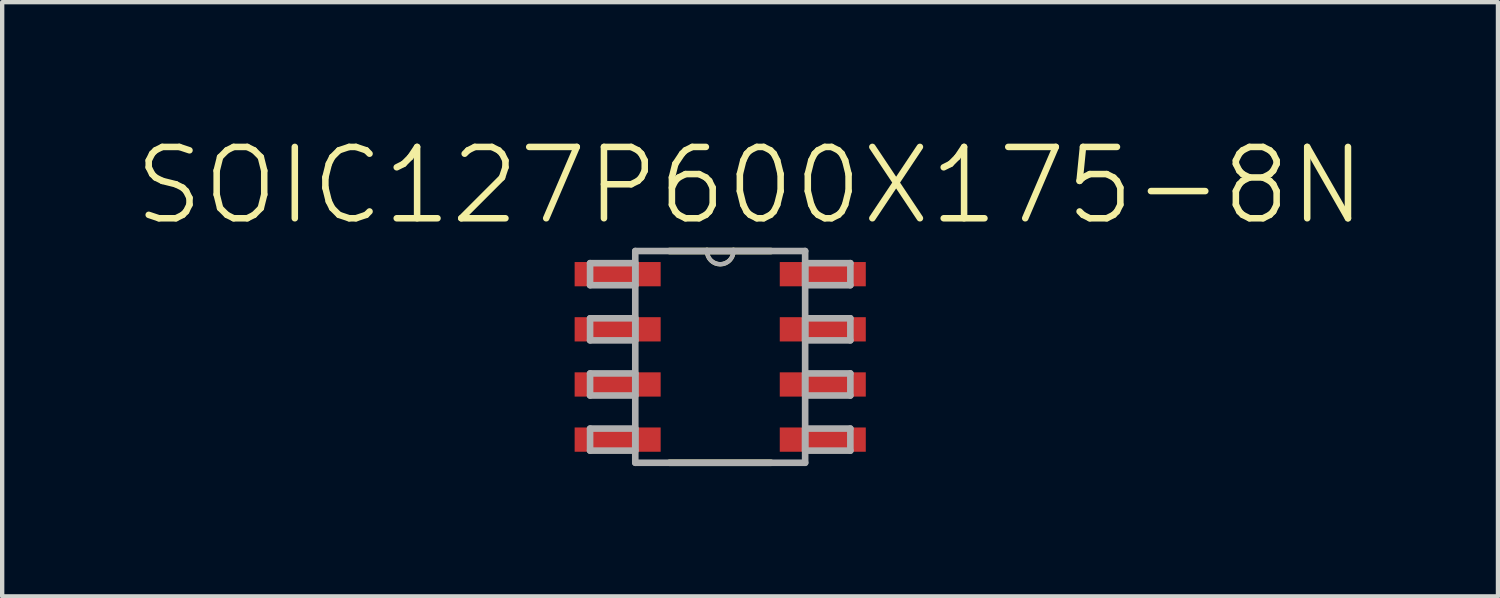
<source format=kicad_pcb>
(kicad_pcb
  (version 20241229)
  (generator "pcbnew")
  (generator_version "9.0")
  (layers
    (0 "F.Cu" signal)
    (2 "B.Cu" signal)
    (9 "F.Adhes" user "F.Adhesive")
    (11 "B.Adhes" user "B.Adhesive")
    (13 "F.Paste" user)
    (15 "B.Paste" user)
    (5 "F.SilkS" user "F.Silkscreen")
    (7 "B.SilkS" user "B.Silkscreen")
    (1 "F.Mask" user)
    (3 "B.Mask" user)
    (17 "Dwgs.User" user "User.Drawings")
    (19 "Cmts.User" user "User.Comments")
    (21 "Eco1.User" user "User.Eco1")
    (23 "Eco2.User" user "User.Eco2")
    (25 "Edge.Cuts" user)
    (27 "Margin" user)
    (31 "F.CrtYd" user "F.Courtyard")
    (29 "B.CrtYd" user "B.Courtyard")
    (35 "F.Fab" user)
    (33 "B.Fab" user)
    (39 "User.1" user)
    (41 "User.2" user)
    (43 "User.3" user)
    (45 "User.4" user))
  (footprint "SOIC127P600X175-8N"
    (layer "F.Cu")
    (at 13.536 5.169)
    (property "Reference" "SOIC127P600X175-8N" (at 0.687 -3.945 0) (layer "F.SilkS") (effects (font (size 1.643 1.643) (thickness 0.15))))
    (attr smd)
    (fp_line (start -1.168 2.438) (end 1.168 2.438) (stroke (width 0.152) (type solid)) (layer "F.SilkS"))
    (fp_line (start -0.305 -2.438) (end -1.168 -2.438) (stroke (width 0.152) (type solid)) (layer "F.SilkS"))
    (fp_line (start 0.305 -2.438) (end -0.305 -2.438) (stroke (width 0.152) (type solid)) (layer "F.SilkS"))
    (fp_line (start 1.168 -2.438) (end 0.305 -2.438) (stroke (width 0.152) (type solid)) (layer "F.SilkS"))
    (fp_arc (start 0.3048 -2.4384) (mid 0 -2.1336) (end -0.3048 -2.4384) (stroke (width 0.1) (type solid)) (layer "F.SilkS"))
    (fp_line (start -2.997 -2.159) (end -2.997 -1.651) (stroke (width 0.152) (type solid)) (layer "F.Fab"))
    (fp_line (start -2.997 -1.651) (end -1.956 -1.651) (stroke (width 0.152) (type solid)) (layer "F.Fab"))
    (fp_line (start -2.997 -0.889) (end -2.997 -0.381) (stroke (width 0.152) (type solid)) (layer "F.Fab"))
    (fp_line (start -2.997 -0.381) (end -1.956 -0.381) (stroke (width 0.152) (type solid)) (layer "F.Fab"))
    (fp_line (start -2.997 0.381) (end -2.997 0.889) (stroke (width 0.152) (type solid)) (layer "F.Fab"))
    (fp_line (start -2.997 0.889) (end -1.956 0.889) (stroke (width 0.152) (type solid)) (layer "F.Fab"))
    (fp_line (start -2.997 1.651) (end -2.997 2.159) (stroke (width 0.152) (type solid)) (layer "F.Fab"))
    (fp_line (start -2.997 2.159) (end -1.956 2.159) (stroke (width 0.152) (type solid)) (layer "F.Fab"))
    (fp_line (start -1.956 -2.438) (end -1.956 2.438) (stroke (width 0.152) (type solid)) (layer "F.Fab"))
    (fp_line (start -1.956 -2.159) (end -2.997 -2.159) (stroke (width 0.152) (type solid)) (layer "F.Fab"))
    (fp_line (start -1.956 -1.651) (end -1.956 -2.159) (stroke (width 0.152) (type solid)) (layer "F.Fab"))
    (fp_line (start -1.956 -0.889) (end -2.997 -0.889) (stroke (width 0.152) (type solid)) (layer "F.Fab"))
    (fp_line (start -1.956 -0.381) (end -1.956 -0.889) (stroke (width 0.152) (type solid)) (layer "F.Fab"))
    (fp_line (start -1.956 0.381) (end -2.997 0.381) (stroke (width 0.152) (type solid)) (layer "F.Fab"))
    (fp_line (start -1.956 0.889) (end -1.956 0.381) (stroke (width 0.152) (type solid)) (layer "F.Fab"))
    (fp_line (start -1.956 1.651) (end -2.997 1.651) (stroke (width 0.152) (type solid)) (layer "F.Fab"))
    (fp_line (start -1.956 2.159) (end -1.956 1.651) (stroke (width 0.152) (type solid)) (layer "F.Fab"))
    (fp_line (start -1.956 2.438) (end 1.956 2.438) (stroke (width 0.152) (type solid)) (layer "F.Fab"))
    (fp_line (start -0.305 -2.438) (end -1.956 -2.438) (stroke (width 0.152) (type solid)) (layer "F.Fab"))
    (fp_line (start 0.305 -2.438) (end -0.305 -2.438) (stroke (width 0.152) (type solid)) (layer "F.Fab"))
    (fp_line (start 1.956 -2.438) (end 0.305 -2.438) (stroke (width 0.152) (type solid)) (layer "F.Fab"))
    (fp_line (start 1.956 -2.159) (end 1.956 -1.651) (stroke (width 0.152) (type solid)) (layer "F.Fab"))
    (fp_line (start 1.956 -1.651) (end 2.997 -1.651) (stroke (width 0.152) (type solid)) (layer "F.Fab"))
    (fp_line (start 1.956 -0.889) (end 1.956 -0.381) (stroke (width 0.152) (type solid)) (layer "F.Fab"))
    (fp_line (start 1.956 -0.381) (end 2.997 -0.381) (stroke (width 0.152) (type solid)) (layer "F.Fab"))
    (fp_line (start 1.956 0.381) (end 1.956 0.889) (stroke (width 0.152) (type solid)) (layer "F.Fab"))
    (fp_line (start 1.956 0.889) (end 2.997 0.889) (stroke (width 0.152) (type solid)) (layer "F.Fab"))
    (fp_line (start 1.956 1.651) (end 1.956 2.159) (stroke (width 0.152) (type solid)) (layer "F.Fab"))
    (fp_line (start 1.956 2.159) (end 2.997 2.159) (stroke (width 0.152) (type solid)) (layer "F.Fab"))
    (fp_line (start 1.956 2.438) (end 1.956 -2.438) (stroke (width 0.152) (type solid)) (layer "F.Fab"))
    (fp_line (start 2.997 -2.159) (end 1.956 -2.159) (stroke (width 0.152) (type solid)) (layer "F.Fab"))
    (fp_line (start 2.997 -1.651) (end 2.997 -2.159) (stroke (width 0.152) (type solid)) (layer "F.Fab"))
    (fp_line (start 2.997 -0.889) (end 1.956 -0.889) (stroke (width 0.152) (type solid)) (layer "F.Fab"))
    (fp_line (start 2.997 -0.381) (end 2.997 -0.889) (stroke (width 0.152) (type solid)) (layer "F.Fab"))
    (fp_line (start 2.997 0.381) (end 1.956 0.381) (stroke (width 0.152) (type solid)) (layer "F.Fab"))
    (fp_line (start 2.997 0.889) (end 2.997 0.381) (stroke (width 0.152) (type solid)) (layer "F.Fab"))
    (fp_line (start 2.997 1.651) (end 1.956 1.651) (stroke (width 0.152) (type solid)) (layer "F.Fab"))
    (fp_line (start 2.997 2.159) (end 2.997 1.651) (stroke (width 0.152) (type solid)) (layer "F.Fab"))
    (fp_arc (start 0.3048 -2.4384) (mid 0 -2.1336) (end -0.3048 -2.4384) (stroke (width 0.1) (type solid)) (layer "F.Fab"))
    (pad "1" smd rect (at -2.362 -1.905) (size 1.981 0.559) (layers "F.Cu" "F.Mask" "F.Paste"))
    (pad "2" smd rect (at -2.362 -0.635) (size 1.981 0.559) (layers "F.Cu" "F.Mask" "F.Paste"))
    (pad "3" smd rect (at -2.362 0.635) (size 1.981 0.559) (layers "F.Cu" "F.Mask" "F.Paste"))
    (pad "4" smd rect (at -2.362 1.905) (size 1.981 0.559) (layers "F.Cu" "F.Mask" "F.Paste"))
    (pad "5" smd rect (at 2.362 1.905) (size 1.981 0.559) (layers "F.Cu" "F.Mask" "F.Paste"))
    (pad "6" smd rect (at 2.362 0.635) (size 1.981 0.559) (layers "F.Cu" "F.Mask" "F.Paste"))
    (pad "7" smd rect (at 2.362 -0.635) (size 1.981 0.559) (layers "F.Cu" "F.Mask" "F.Paste"))
    (pad "8" smd rect (at 2.362 -1.905) (size 1.981 0.559) (layers "F.Cu" "F.Mask" "F.Paste")))
  (gr_rect
    (start -3 -3)
    (end 31.447 10.684)
    (stroke (width 0.1) (type default))
    (fill no)
    (layer "Edge.Cuts")))
</source>
